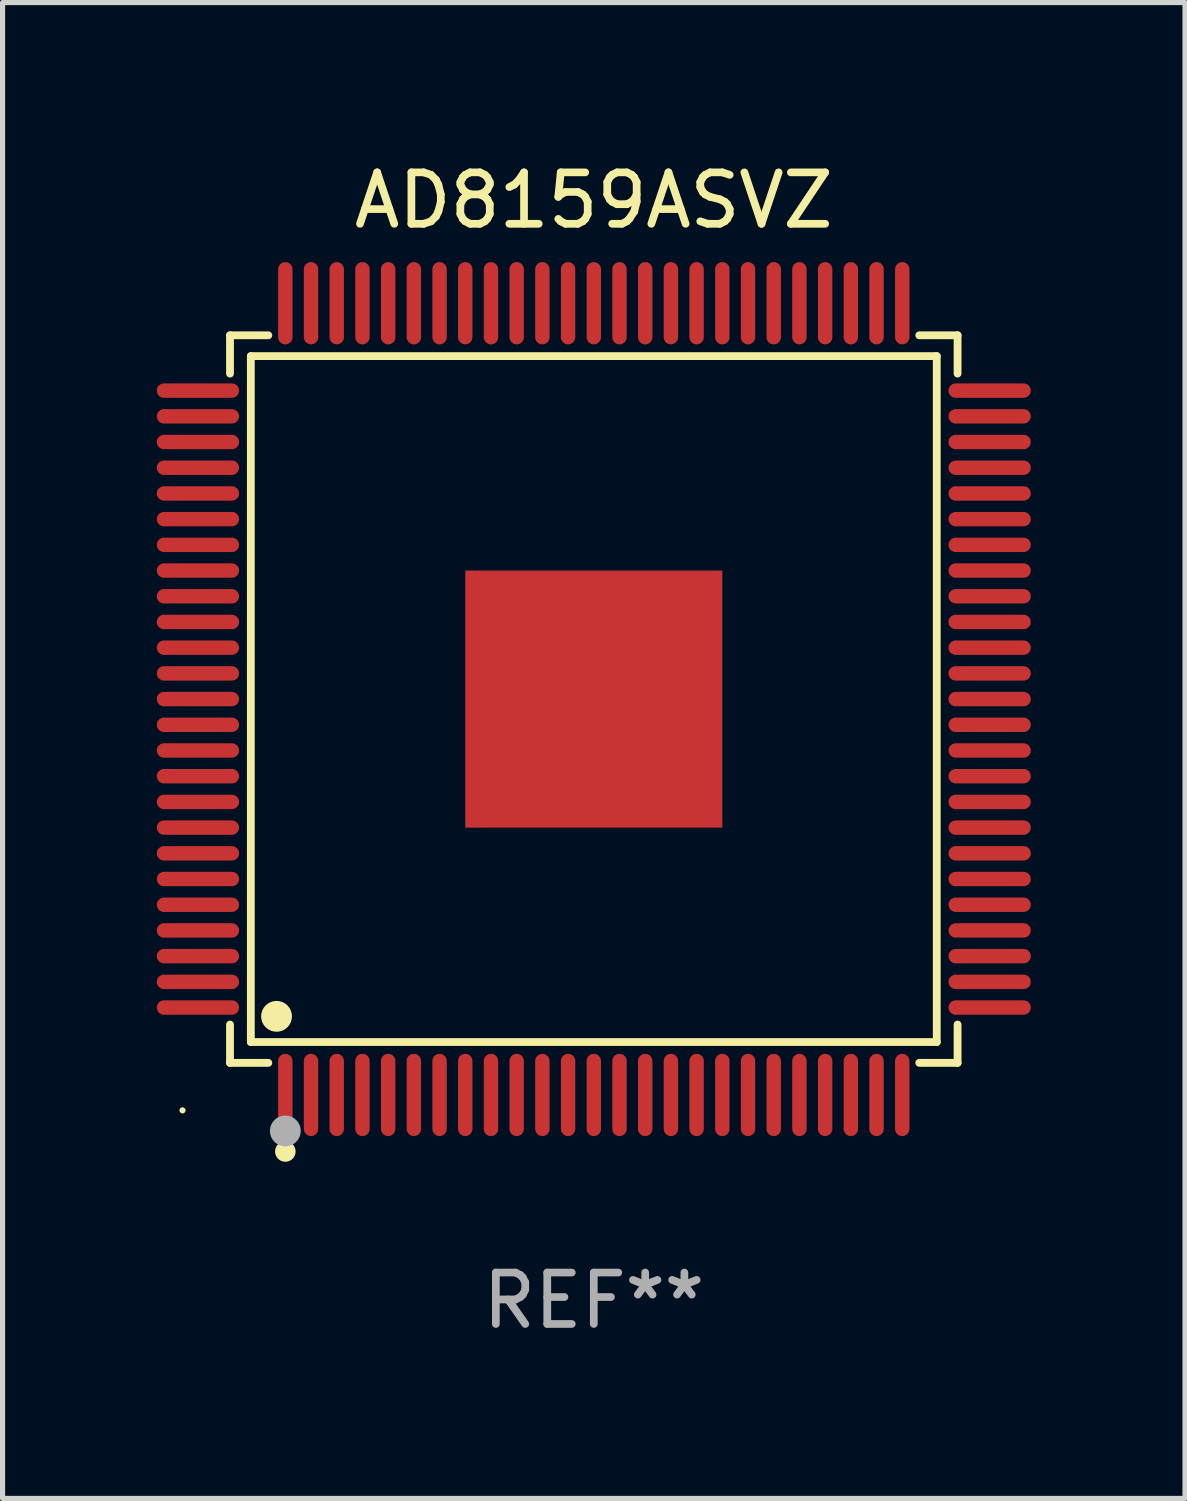
<source format=kicad_pcb>
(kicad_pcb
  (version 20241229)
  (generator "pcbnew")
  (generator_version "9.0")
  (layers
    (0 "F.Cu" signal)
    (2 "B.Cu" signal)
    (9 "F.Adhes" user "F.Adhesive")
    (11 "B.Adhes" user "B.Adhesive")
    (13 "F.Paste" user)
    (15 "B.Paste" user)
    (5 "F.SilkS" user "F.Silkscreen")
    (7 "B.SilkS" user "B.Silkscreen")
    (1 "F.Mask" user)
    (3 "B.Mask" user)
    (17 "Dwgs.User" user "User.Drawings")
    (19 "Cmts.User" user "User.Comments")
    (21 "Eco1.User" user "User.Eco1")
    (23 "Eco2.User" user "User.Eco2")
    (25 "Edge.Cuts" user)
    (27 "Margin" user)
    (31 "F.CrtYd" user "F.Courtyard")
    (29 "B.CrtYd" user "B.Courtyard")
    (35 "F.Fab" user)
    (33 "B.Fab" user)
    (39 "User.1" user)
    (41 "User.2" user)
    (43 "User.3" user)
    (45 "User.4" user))
  (footprint "AD8159ASVZ"
    (layer "F.Cu")
    (at 8.5 10.548)
    (property "Reference" "AD8159ASVZ" (at 0 -9.7 0) (layer "F.SilkS") (effects (font (size 1 1) (thickness 0.15))))
    (attr through_hole)
    (fp_line (start -7.076 -7.076) (end -6.331 -7.076) (stroke (width 0.152) (type solid)) (layer "F.SilkS"))
    (fp_line (start -7.076 -6.331) (end -7.076 -7.076) (stroke (width 0.152) (type solid)) (layer "F.SilkS"))
    (fp_line (start -7.076 6.331) (end -7.076 7.076) (stroke (width 0.152) (type solid)) (layer "F.SilkS"))
    (fp_line (start -7.076 7.076) (end -6.331 7.076) (stroke (width 0.152) (type solid)) (layer "F.SilkS"))
    (fp_line (start -6.671 -6.671) (end 6.671 -6.671) (stroke (width 0.152) (type solid)) (layer "F.SilkS"))
    (fp_line (start -6.671 6.671) (end -6.671 -6.671) (stroke (width 0.152) (type solid)) (layer "F.SilkS"))
    (fp_line (start 6.671 -6.671) (end 6.671 6.671) (stroke (width 0.152) (type solid)) (layer "F.SilkS"))
    (fp_line (start 6.671 6.671) (end -6.671 6.671) (stroke (width 0.152) (type solid)) (layer "F.SilkS"))
    (fp_line (start 7.076 -7.076) (end 6.331 -7.076) (stroke (width 0.152) (type solid)) (layer "F.SilkS"))
    (fp_line (start 7.076 -6.331) (end 7.076 -7.076) (stroke (width 0.152) (type solid)) (layer "F.SilkS"))
    (fp_line (start 7.076 6.331) (end 7.076 7.076) (stroke (width 0.152) (type solid)) (layer "F.SilkS"))
    (fp_line (start 7.076 7.076) (end 6.331 7.076) (stroke (width 0.152) (type solid)) (layer "F.SilkS"))
    (fp_circle (center -8 8) (end -7.97 8) (stroke (width 0.06) (type solid)) (fill no) (layer "F.SilkS"))
    (fp_circle (center -6.171 6.171) (end -6.021 6.171) (stroke (width 0.3) (type solid)) (fill no) (layer "F.SilkS"))
    (fp_circle (center -6 8.8) (end -5.9 8.8) (stroke (width 0.2) (type solid)) (fill no) (layer "F.SilkS"))
    (fp_circle (center -6 8.4) (end -5.85 8.4) (stroke (width 0.3) (type solid)) (fill no) (layer "F.Fab"))
    (fp_text user "REF**" (at 0 11.7 0) (layer "F.Fab") (effects (font (size 1 1) (thickness 0.15))))
    (pad "1" smd oval (at -6 7.7) (size 0.28 1.6) (layers "F.Cu" "F.Mask" "F.Paste"))
    (pad "2" smd oval (at -5.5 7.7) (size 0.28 1.6) (layers "F.Cu" "F.Mask" "F.Paste"))
    (pad "3" smd oval (at -5 7.7) (size 0.28 1.6) (layers "F.Cu" "F.Mask" "F.Paste"))
    (pad "4" smd oval (at -4.5 7.7) (size 0.28 1.6) (layers "F.Cu" "F.Mask" "F.Paste"))
    (pad "5" smd oval (at -4 7.7) (size 0.28 1.6) (layers "F.Cu" "F.Mask" "F.Paste"))
    (pad "6" smd oval (at -3.5 7.7) (size 0.28 1.6) (layers "F.Cu" "F.Mask" "F.Paste"))
    (pad "7" smd oval (at -3 7.7) (size 0.28 1.6) (layers "F.Cu" "F.Mask" "F.Paste"))
    (pad "8" smd oval (at -2.5 7.7) (size 0.28 1.6) (layers "F.Cu" "F.Mask" "F.Paste"))
    (pad "9" smd oval (at -2 7.7) (size 0.28 1.6) (layers "F.Cu" "F.Mask" "F.Paste"))
    (pad "10" smd oval (at -1.5 7.7) (size 0.28 1.6) (layers "F.Cu" "F.Mask" "F.Paste"))
    (pad "11" smd oval (at -1 7.7) (size 0.28 1.6) (layers "F.Cu" "F.Mask" "F.Paste"))
    (pad "12" smd oval (at -0.5 7.7) (size 0.28 1.6) (layers "F.Cu" "F.Mask" "F.Paste"))
    (pad "13" smd oval (at 0 7.7) (size 0.28 1.6) (layers "F.Cu" "F.Mask" "F.Paste"))
    (pad "14" smd oval (at 0.5 7.7) (size 0.28 1.6) (layers "F.Cu" "F.Mask" "F.Paste"))
    (pad "15" smd oval (at 1 7.7) (size 0.28 1.6) (layers "F.Cu" "F.Mask" "F.Paste"))
    (pad "16" smd oval (at 1.5 7.7) (size 0.28 1.6) (layers "F.Cu" "F.Mask" "F.Paste"))
    (pad "17" smd oval (at 2 7.7) (size 0.28 1.6) (layers "F.Cu" "F.Mask" "F.Paste"))
    (pad "18" smd oval (at 2.5 7.7) (size 0.28 1.6) (layers "F.Cu" "F.Mask" "F.Paste"))
    (pad "19" smd oval (at 3 7.7) (size 0.28 1.6) (layers "F.Cu" "F.Mask" "F.Paste"))
    (pad "20" smd oval (at 3.5 7.7) (size 0.28 1.6) (layers "F.Cu" "F.Mask" "F.Paste"))
    (pad "21" smd oval (at 4 7.7) (size 0.28 1.6) (layers "F.Cu" "F.Mask" "F.Paste"))
    (pad "22" smd oval (at 4.5 7.7) (size 0.28 1.6) (layers "F.Cu" "F.Mask" "F.Paste"))
    (pad "23" smd oval (at 5 7.7) (size 0.28 1.6) (layers "F.Cu" "F.Mask" "F.Paste"))
    (pad "24" smd oval (at 5.5 7.7) (size 0.28 1.6) (layers "F.Cu" "F.Mask" "F.Paste"))
    (pad "25" smd oval (at 6 7.7) (size 0.28 1.6) (layers "F.Cu" "F.Mask" "F.Paste"))
    (pad "26" smd oval (at 7.7 6) (size 1.6 0.28) (layers "F.Cu" "F.Mask" "F.Paste"))
    (pad "27" smd oval (at 7.7 5.5) (size 1.6 0.28) (layers "F.Cu" "F.Mask" "F.Paste"))
    (pad "28" smd oval (at 7.7 5) (size 1.6 0.28) (layers "F.Cu" "F.Mask" "F.Paste"))
    (pad "29" smd oval (at 7.7 4.5) (size 1.6 0.28) (layers "F.Cu" "F.Mask" "F.Paste"))
    (pad "30" smd oval (at 7.7 4) (size 1.6 0.28) (layers "F.Cu" "F.Mask" "F.Paste"))
    (pad "31" smd oval (at 7.7 3.5) (size 1.6 0.28) (layers "F.Cu" "F.Mask" "F.Paste"))
    (pad "32" smd oval (at 7.7 3) (size 1.6 0.28) (layers "F.Cu" "F.Mask" "F.Paste"))
    (pad "33" smd oval (at 7.7 2.5) (size 1.6 0.28) (layers "F.Cu" "F.Mask" "F.Paste"))
    (pad "34" smd oval (at 7.7 2) (size 1.6 0.28) (layers "F.Cu" "F.Mask" "F.Paste"))
    (pad "35" smd oval (at 7.7 1.5) (size 1.6 0.28) (layers "F.Cu" "F.Mask" "F.Paste"))
    (pad "36" smd oval (at 7.7 1) (size 1.6 0.28) (layers "F.Cu" "F.Mask" "F.Paste"))
    (pad "37" smd oval (at 7.7 0.5) (size 1.6 0.28) (layers "F.Cu" "F.Mask" "F.Paste"))
    (pad "38" smd oval (at 7.7 0) (size 1.6 0.28) (layers "F.Cu" "F.Mask" "F.Paste"))
    (pad "39" smd oval (at 7.7 -0.5) (size 1.6 0.28) (layers "F.Cu" "F.Mask" "F.Paste"))
    (pad "40" smd oval (at 7.7 -1) (size 1.6 0.28) (layers "F.Cu" "F.Mask" "F.Paste"))
    (pad "41" smd oval (at 7.7 -1.5) (size 1.6 0.28) (layers "F.Cu" "F.Mask" "F.Paste"))
    (pad "42" smd oval (at 7.7 -2) (size 1.6 0.28) (layers "F.Cu" "F.Mask" "F.Paste"))
    (pad "43" smd oval (at 7.7 -2.5) (size 1.6 0.28) (layers "F.Cu" "F.Mask" "F.Paste"))
    (pad "44" smd oval (at 7.7 -3) (size 1.6 0.28) (layers "F.Cu" "F.Mask" "F.Paste"))
    (pad "45" smd oval (at 7.7 -3.5) (size 1.6 0.28) (layers "F.Cu" "F.Mask" "F.Paste"))
    (pad "46" smd oval (at 7.7 -4) (size 1.6 0.28) (layers "F.Cu" "F.Mask" "F.Paste"))
    (pad "47" smd oval (at 7.7 -4.5) (size 1.6 0.28) (layers "F.Cu" "F.Mask" "F.Paste"))
    (pad "48" smd oval (at 7.7 -5) (size 1.6 0.28) (layers "F.Cu" "F.Mask" "F.Paste"))
    (pad "49" smd oval (at 7.7 -5.5) (size 1.6 0.28) (layers "F.Cu" "F.Mask" "F.Paste"))
    (pad "50" smd oval (at 7.7 -6) (size 1.6 0.28) (layers "F.Cu" "F.Mask" "F.Paste"))
    (pad "51" smd oval (at 6 -7.7) (size 0.28 1.6) (layers "F.Cu" "F.Mask" "F.Paste"))
    (pad "52" smd oval (at 5.5 -7.7) (size 0.28 1.6) (layers "F.Cu" "F.Mask" "F.Paste"))
    (pad "53" smd oval (at 5 -7.7) (size 0.28 1.6) (layers "F.Cu" "F.Mask" "F.Paste"))
    (pad "54" smd oval (at 4.5 -7.7) (size 0.28 1.6) (layers "F.Cu" "F.Mask" "F.Paste"))
    (pad "55" smd oval (at 4 -7.7) (size 0.28 1.6) (layers "F.Cu" "F.Mask" "F.Paste"))
    (pad "56" smd oval (at 3.5 -7.7) (size 0.28 1.6) (layers "F.Cu" "F.Mask" "F.Paste"))
    (pad "57" smd oval (at 3 -7.7) (size 0.28 1.6) (layers "F.Cu" "F.Mask" "F.Paste"))
    (pad "58" smd oval (at 2.5 -7.7) (size 0.28 1.6) (layers "F.Cu" "F.Mask" "F.Paste"))
    (pad "59" smd oval (at 2 -7.7) (size 0.28 1.6) (layers "F.Cu" "F.Mask" "F.Paste"))
    (pad "60" smd oval (at 1.5 -7.7) (size 0.28 1.6) (layers "F.Cu" "F.Mask" "F.Paste"))
    (pad "61" smd oval (at 1 -7.7) (size 0.28 1.6) (layers "F.Cu" "F.Mask" "F.Paste"))
    (pad "62" smd oval (at 0.5 -7.7) (size 0.28 1.6) (layers "F.Cu" "F.Mask" "F.Paste"))
    (pad "63" smd oval (at 0 -7.7) (size 0.28 1.6) (layers "F.Cu" "F.Mask" "F.Paste"))
    (pad "64" smd oval (at -0.5 -7.7) (size 0.28 1.6) (layers "F.Cu" "F.Mask" "F.Paste"))
    (pad "65" smd oval (at -1 -7.7) (size 0.28 1.6) (layers "F.Cu" "F.Mask" "F.Paste"))
    (pad "66" smd oval (at -1.5 -7.7) (size 0.28 1.6) (layers "F.Cu" "F.Mask" "F.Paste"))
    (pad "67" smd oval (at -2 -7.7) (size 0.28 1.6) (layers "F.Cu" "F.Mask" "F.Paste"))
    (pad "68" smd oval (at -2.5 -7.7) (size 0.28 1.6) (layers "F.Cu" "F.Mask" "F.Paste"))
    (pad "69" smd oval (at -3 -7.7) (size 0.28 1.6) (layers "F.Cu" "F.Mask" "F.Paste"))
    (pad "70" smd oval (at -3.5 -7.7) (size 0.28 1.6) (layers "F.Cu" "F.Mask" "F.Paste"))
    (pad "71" smd oval (at -4 -7.7) (size 0.28 1.6) (layers "F.Cu" "F.Mask" "F.Paste"))
    (pad "72" smd oval (at -4.5 -7.7) (size 0.28 1.6) (layers "F.Cu" "F.Mask" "F.Paste"))
    (pad "73" smd oval (at -5 -7.7) (size 0.28 1.6) (layers "F.Cu" "F.Mask" "F.Paste"))
    (pad "74" smd oval (at -5.5 -7.7) (size 0.28 1.6) (layers "F.Cu" "F.Mask" "F.Paste"))
    (pad "75" smd oval (at -6 -7.7) (size 0.28 1.6) (layers "F.Cu" "F.Mask" "F.Paste"))
    (pad "76" smd oval (at -7.7 -6) (size 1.6 0.28) (layers "F.Cu" "F.Mask" "F.Paste"))
    (pad "77" smd oval (at -7.7 -5.5) (size 1.6 0.28) (layers "F.Cu" "F.Mask" "F.Paste"))
    (pad "78" smd oval (at -7.7 -5) (size 1.6 0.28) (layers "F.Cu" "F.Mask" "F.Paste"))
    (pad "79" smd oval (at -7.7 -4.5) (size 1.6 0.28) (layers "F.Cu" "F.Mask" "F.Paste"))
    (pad "80" smd oval (at -7.7 -4) (size 1.6 0.28) (layers "F.Cu" "F.Mask" "F.Paste"))
    (pad "81" smd oval (at -7.7 -3.5) (size 1.6 0.28) (layers "F.Cu" "F.Mask" "F.Paste"))
    (pad "82" smd oval (at -7.7 -3) (size 1.6 0.28) (layers "F.Cu" "F.Mask" "F.Paste"))
    (pad "83" smd oval (at -7.7 -2.5) (size 1.6 0.28) (layers "F.Cu" "F.Mask" "F.Paste"))
    (pad "84" smd oval (at -7.7 -2) (size 1.6 0.28) (layers "F.Cu" "F.Mask" "F.Paste"))
    (pad "85" smd oval (at -7.7 -1.5) (size 1.6 0.28) (layers "F.Cu" "F.Mask" "F.Paste"))
    (pad "86" smd oval (at -7.7 -1) (size 1.6 0.28) (layers "F.Cu" "F.Mask" "F.Paste"))
    (pad "87" smd oval (at -7.7 -0.5) (size 1.6 0.28) (layers "F.Cu" "F.Mask" "F.Paste"))
    (pad "88" smd oval (at -7.7 0) (size 1.6 0.28) (layers "F.Cu" "F.Mask" "F.Paste"))
    (pad "89" smd oval (at -7.7 0.5) (size 1.6 0.28) (layers "F.Cu" "F.Mask" "F.Paste"))
    (pad "90" smd oval (at -7.7 1) (size 1.6 0.28) (layers "F.Cu" "F.Mask" "F.Paste"))
    (pad "91" smd oval (at -7.7 1.5) (size 1.6 0.28) (layers "F.Cu" "F.Mask" "F.Paste"))
    (pad "92" smd oval (at -7.7 2) (size 1.6 0.28) (layers "F.Cu" "F.Mask" "F.Paste"))
    (pad "93" smd oval (at -7.7 2.5) (size 1.6 0.28) (layers "F.Cu" "F.Mask" "F.Paste"))
    (pad "94" smd oval (at -7.7 3) (size 1.6 0.28) (layers "F.Cu" "F.Mask" "F.Paste"))
    (pad "95" smd oval (at -7.7 3.5) (size 1.6 0.28) (layers "F.Cu" "F.Mask" "F.Paste"))
    (pad "96" smd oval (at -7.7 4) (size 1.6 0.28) (layers "F.Cu" "F.Mask" "F.Paste"))
    (pad "97" smd oval (at -7.7 4.5) (size 1.6 0.28) (layers "F.Cu" "F.Mask" "F.Paste"))
    (pad "98" smd oval (at -7.7 5) (size 1.6 0.28) (layers "F.Cu" "F.Mask" "F.Paste"))
    (pad "99" smd oval (at -7.7 5.5) (size 1.6 0.28) (layers "F.Cu" "F.Mask" "F.Paste"))
    (pad "100" smd oval (at -7.7 6) (size 1.6 0.28) (layers "F.Cu" "F.Mask" "F.Paste"))
    (pad "101" smd rect (at 0 0) (size 5 5) (layers "F.Cu" "F.Mask" "F.Paste")))
  (gr_rect
    (start -3 -3)
    (end 20 26.097)
    (stroke (width 0.1) (type default))
    (fill no)
    (layer "Edge.Cuts")))
</source>
